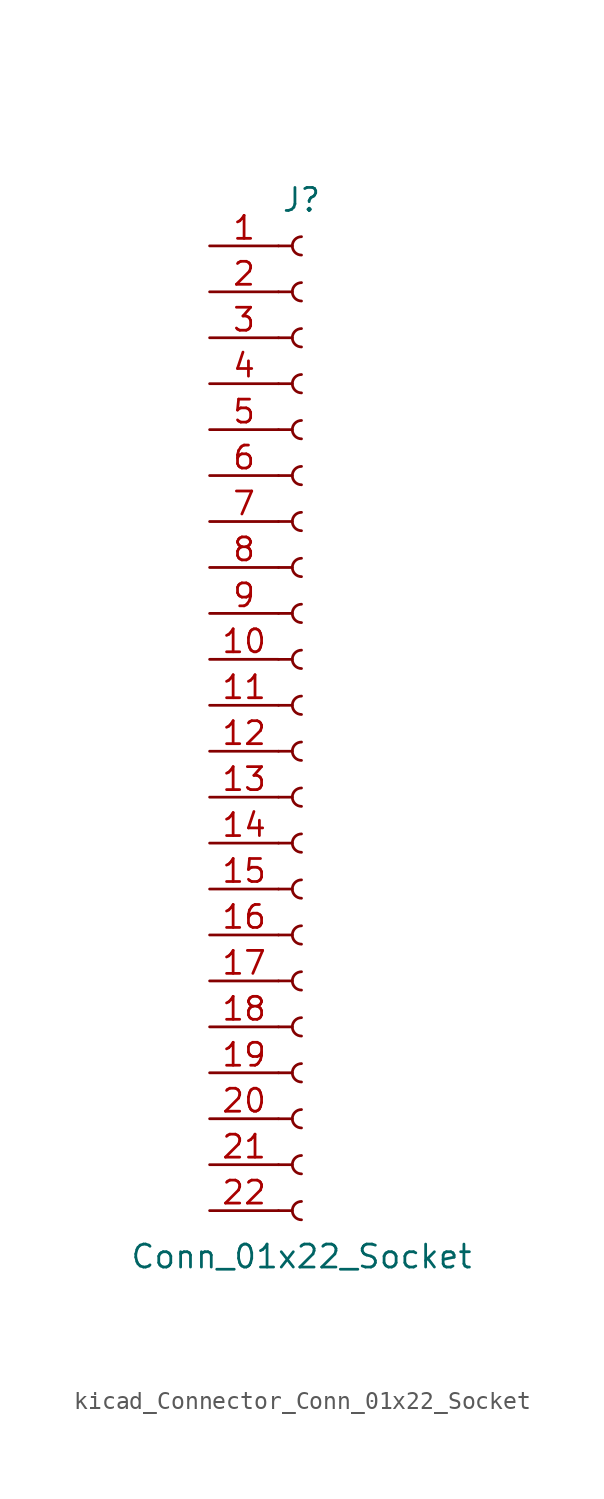
<source format=kicad_sym>
(kicad_symbol_lib
  (version 20220914)
  (generator kicad_symbol_editor)
  (symbol "kicad_Connector_Conn_01x22_Socket"
    (pin_names
      (offset 1.016) hide)
    (property "Reference" "J"
      (at 0 27.94 0)
      (effects (font (size 1.27 1.27))))
    (property "Value" "Conn_01x22_Socket"
      (at 0 -30.48 0)
      (effects (font (size 1.27 1.27))))
    (property "ki_locked" ""
      (at 0 0 0)
      (effects (font (size 1.27 1.27))))
    (symbol "kicad_Connector_Conn_01x22_Socket_1_1"
      (arc (start 0 -27.432) (mid -0.5058 -27.94) (end 0 -28.448) (stroke (width 0.1524) (type default)) (fill (type none)))
      (arc (start 0 -24.892) (mid -0.5058 -25.4) (end 0 -25.908) (stroke (width 0.1524) (type default)) (fill (type none)))
      (arc (start 0 -22.352) (mid -0.5058 -22.86) (end 0 -23.368) (stroke (width 0.1524) (type default)) (fill (type none)))
      (arc (start 0 -19.812) (mid -0.5058 -20.32) (end 0 -20.828) (stroke (width 0.1524) (type default)) (fill (type none)))
      (arc (start 0 -17.272) (mid -0.5058 -17.78) (end 0 -18.288) (stroke (width 0.1524) (type default)) (fill (type none)))
      (arc (start 0 -14.732) (mid -0.5058 -15.24) (end 0 -15.748) (stroke (width 0.1524) (type default)) (fill (type none)))
      (arc (start 0 -12.192) (mid -0.5058 -12.7) (end 0 -13.208) (stroke (width 0.1524) (type default)) (fill (type none)))
      (arc (start 0 -9.652) (mid -0.5058 -10.16) (end 0 -10.668) (stroke (width 0.1524) (type default)) (fill (type none)))
      (arc (start 0 -7.112) (mid -0.5058 -7.62) (end 0 -8.128) (stroke (width 0.1524) (type default)) (fill (type none)))
      (arc (start 0 -4.572) (mid -0.5058 -5.08) (end 0 -5.588) (stroke (width 0.1524) (type default)) (fill (type none)))
      (arc (start 0 -2.032) (mid -0.5058 -2.54) (end 0 -3.048) (stroke (width 0.1524) (type default)) (fill (type none)))
      (polyline (pts (xy -1.27 -27.94) (xy -0.508 -27.94)) (stroke (width 0.152) (type default)) (fill (type none)))
      (polyline (pts (xy -1.27 -25.4) (xy -0.508 -25.4)) (stroke (width 0.152) (type default)) (fill (type none)))
      (polyline (pts (xy -1.27 -22.86) (xy -0.508 -22.86)) (stroke (width 0.152) (type default)) (fill (type none)))
      (polyline (pts (xy -1.27 -20.32) (xy -0.508 -20.32)) (stroke (width 0.152) (type default)) (fill (type none)))
      (polyline (pts (xy -1.27 -17.78) (xy -0.508 -17.78)) (stroke (width 0.152) (type default)) (fill (type none)))
      (polyline (pts (xy -1.27 -15.24) (xy -0.508 -15.24)) (stroke (width 0.152) (type default)) (fill (type none)))
      (polyline (pts (xy -1.27 -12.7) (xy -0.508 -12.7)) (stroke (width 0.152) (type default)) (fill (type none)))
      (polyline (pts (xy -1.27 -10.16) (xy -0.508 -10.16)) (stroke (width 0.152) (type default)) (fill (type none)))
      (polyline (pts (xy -1.27 -7.62) (xy -0.508 -7.62)) (stroke (width 0.152) (type default)) (fill (type none)))
      (polyline (pts (xy -1.27 -5.08) (xy -0.508 -5.08)) (stroke (width 0.152) (type default)) (fill (type none)))
      (polyline (pts (xy -1.27 -2.54) (xy -0.508 -2.54)) (stroke (width 0.152) (type default)) (fill (type none)))
      (polyline (pts (xy -1.27 0) (xy -0.508 0)) (stroke (width 0.152) (type default)) (fill (type none)))
      (polyline (pts (xy -1.27 2.54) (xy -0.508 2.54)) (stroke (width 0.152) (type default)) (fill (type none)))
      (polyline (pts (xy -1.27 5.08) (xy -0.508 5.08)) (stroke (width 0.152) (type default)) (fill (type none)))
      (polyline (pts (xy -1.27 7.62) (xy -0.508 7.62)) (stroke (width 0.152) (type default)) (fill (type none)))
      (polyline (pts (xy -1.27 10.16) (xy -0.508 10.16)) (stroke (width 0.152) (type default)) (fill (type none)))
      (polyline (pts (xy -1.27 12.7) (xy -0.508 12.7)) (stroke (width 0.152) (type default)) (fill (type none)))
      (polyline (pts (xy -1.27 15.24) (xy -0.508 15.24)) (stroke (width 0.152) (type default)) (fill (type none)))
      (polyline (pts (xy -1.27 17.78) (xy -0.508 17.78)) (stroke (width 0.152) (type default)) (fill (type none)))
      (polyline (pts (xy -1.27 20.32) (xy -0.508 20.32)) (stroke (width 0.152) (type default)) (fill (type none)))
      (polyline (pts (xy -1.27 22.86) (xy -0.508 22.86)) (stroke (width 0.152) (type default)) (fill (type none)))
      (polyline (pts (xy -1.27 25.4) (xy -0.508 25.4)) (stroke (width 0.152) (type default)) (fill (type none)))
      (arc (start 0 0.508) (mid -0.5058 0) (end 0 -0.508) (stroke (width 0.1524) (type default)) (fill (type none)))
      (arc (start 0 3.048) (mid -0.5058 2.54) (end 0 2.032) (stroke (width 0.1524) (type default)) (fill (type none)))
      (arc (start 0 5.588) (mid -0.5058 5.08) (end 0 4.572) (stroke (width 0.1524) (type default)) (fill (type none)))
      (arc (start 0 8.128) (mid -0.5058 7.62) (end 0 7.112) (stroke (width 0.1524) (type default)) (fill (type none)))
      (arc (start 0 10.668) (mid -0.5058 10.16) (end 0 9.652) (stroke (width 0.1524) (type default)) (fill (type none)))
      (arc (start 0 13.208) (mid -0.5058 12.7) (end 0 12.192) (stroke (width 0.1524) (type default)) (fill (type none)))
      (arc (start 0 15.748) (mid -0.5058 15.24) (end 0 14.732) (stroke (width 0.1524) (type default)) (fill (type none)))
      (arc (start 0 18.288) (mid -0.5058 17.78) (end 0 17.272) (stroke (width 0.1524) (type default)) (fill (type none)))
      (arc (start 0 20.828) (mid -0.5058 20.32) (end 0 19.812) (stroke (width 0.1524) (type default)) (fill (type none)))
      (arc (start 0 23.368) (mid -0.5058 22.86) (end 0 22.352) (stroke (width 0.1524) (type default)) (fill (type none)))
      (arc (start 0 25.908) (mid -0.5058 25.4) (end 0 24.892) (stroke (width 0.1524) (type default)) (fill (type none)))
      (pin passive line (at -5.08 25.4 0) (length 3.81) (name "Pin_1" (effects (font (size 1.27 1.27)))) (number "1" (effects (font (size 1.27 1.27)))))
      (pin passive line (at -5.08 2.54 0) (length 3.81) (name "Pin_10" (effects (font (size 1.27 1.27)))) (number "10" (effects (font (size 1.27 1.27)))))
      (pin passive line (at -5.08 0 0) (length 3.81) (name "Pin_11" (effects (font (size 1.27 1.27)))) (number "11" (effects (font (size 1.27 1.27)))))
      (pin passive line (at -5.08 -2.54 0) (length 3.81) (name "Pin_12" (effects (font (size 1.27 1.27)))) (number "12" (effects (font (size 1.27 1.27)))))
      (pin passive line (at -5.08 -5.08 0) (length 3.81) (name "Pin_13" (effects (font (size 1.27 1.27)))) (number "13" (effects (font (size 1.27 1.27)))))
      (pin passive line (at -5.08 -7.62 0) (length 3.81) (name "Pin_14" (effects (font (size 1.27 1.27)))) (number "14" (effects (font (size 1.27 1.27)))))
      (pin passive line (at -5.08 -10.16 0) (length 3.81) (name "Pin_15" (effects (font (size 1.27 1.27)))) (number "15" (effects (font (size 1.27 1.27)))))
      (pin passive line (at -5.08 -12.7 0) (length 3.81) (name "Pin_16" (effects (font (size 1.27 1.27)))) (number "16" (effects (font (size 1.27 1.27)))))
      (pin passive line (at -5.08 -15.24 0) (length 3.81) (name "Pin_17" (effects (font (size 1.27 1.27)))) (number "17" (effects (font (size 1.27 1.27)))))
      (pin passive line (at -5.08 -17.78 0) (length 3.81) (name "Pin_18" (effects (font (size 1.27 1.27)))) (number "18" (effects (font (size 1.27 1.27)))))
      (pin passive line (at -5.08 -20.32 0) (length 3.81) (name "Pin_19" (effects (font (size 1.27 1.27)))) (number "19" (effects (font (size 1.27 1.27)))))
      (pin passive line (at -5.08 22.86 0) (length 3.81) (name "Pin_2" (effects (font (size 1.27 1.27)))) (number "2" (effects (font (size 1.27 1.27)))))
      (pin passive line (at -5.08 -22.86 0) (length 3.81) (name "Pin_20" (effects (font (size 1.27 1.27)))) (number "20" (effects (font (size 1.27 1.27)))))
      (pin passive line (at -5.08 -25.4 0) (length 3.81) (name "Pin_21" (effects (font (size 1.27 1.27)))) (number "21" (effects (font (size 1.27 1.27)))))
      (pin passive line (at -5.08 -27.94 0) (length 3.81) (name "Pin_22" (effects (font (size 1.27 1.27)))) (number "22" (effects (font (size 1.27 1.27)))))
      (pin passive line (at -5.08 20.32 0) (length 3.81) (name "Pin_3" (effects (font (size 1.27 1.27)))) (number "3" (effects (font (size 1.27 1.27)))))
      (pin passive line (at -5.08 17.78 0) (length 3.81) (name "Pin_4" (effects (font (size 1.27 1.27)))) (number "4" (effects (font (size 1.27 1.27)))))
      (pin passive line (at -5.08 15.24 0) (length 3.81) (name "Pin_5" (effects (font (size 1.27 1.27)))) (number "5" (effects (font (size 1.27 1.27)))))
      (pin passive line (at -5.08 12.7 0) (length 3.81) (name "Pin_6" (effects (font (size 1.27 1.27)))) (number "6" (effects (font (size 1.27 1.27)))))
      (pin passive line (at -5.08 10.16 0) (length 3.81) (name "Pin_7" (effects (font (size 1.27 1.27)))) (number "7" (effects (font (size 1.27 1.27)))))
      (pin passive line (at -5.08 7.62 0) (length 3.81) (name "Pin_8" (effects (font (size 1.27 1.27)))) (number "8" (effects (font (size 1.27 1.27)))))
      (pin passive line (at -5.08 5.08 0) (length 3.81) (name "Pin_9" (effects (font (size 1.27 1.27)))) (number "9" (effects (font (size 1.27 1.27))))))))
</source>
